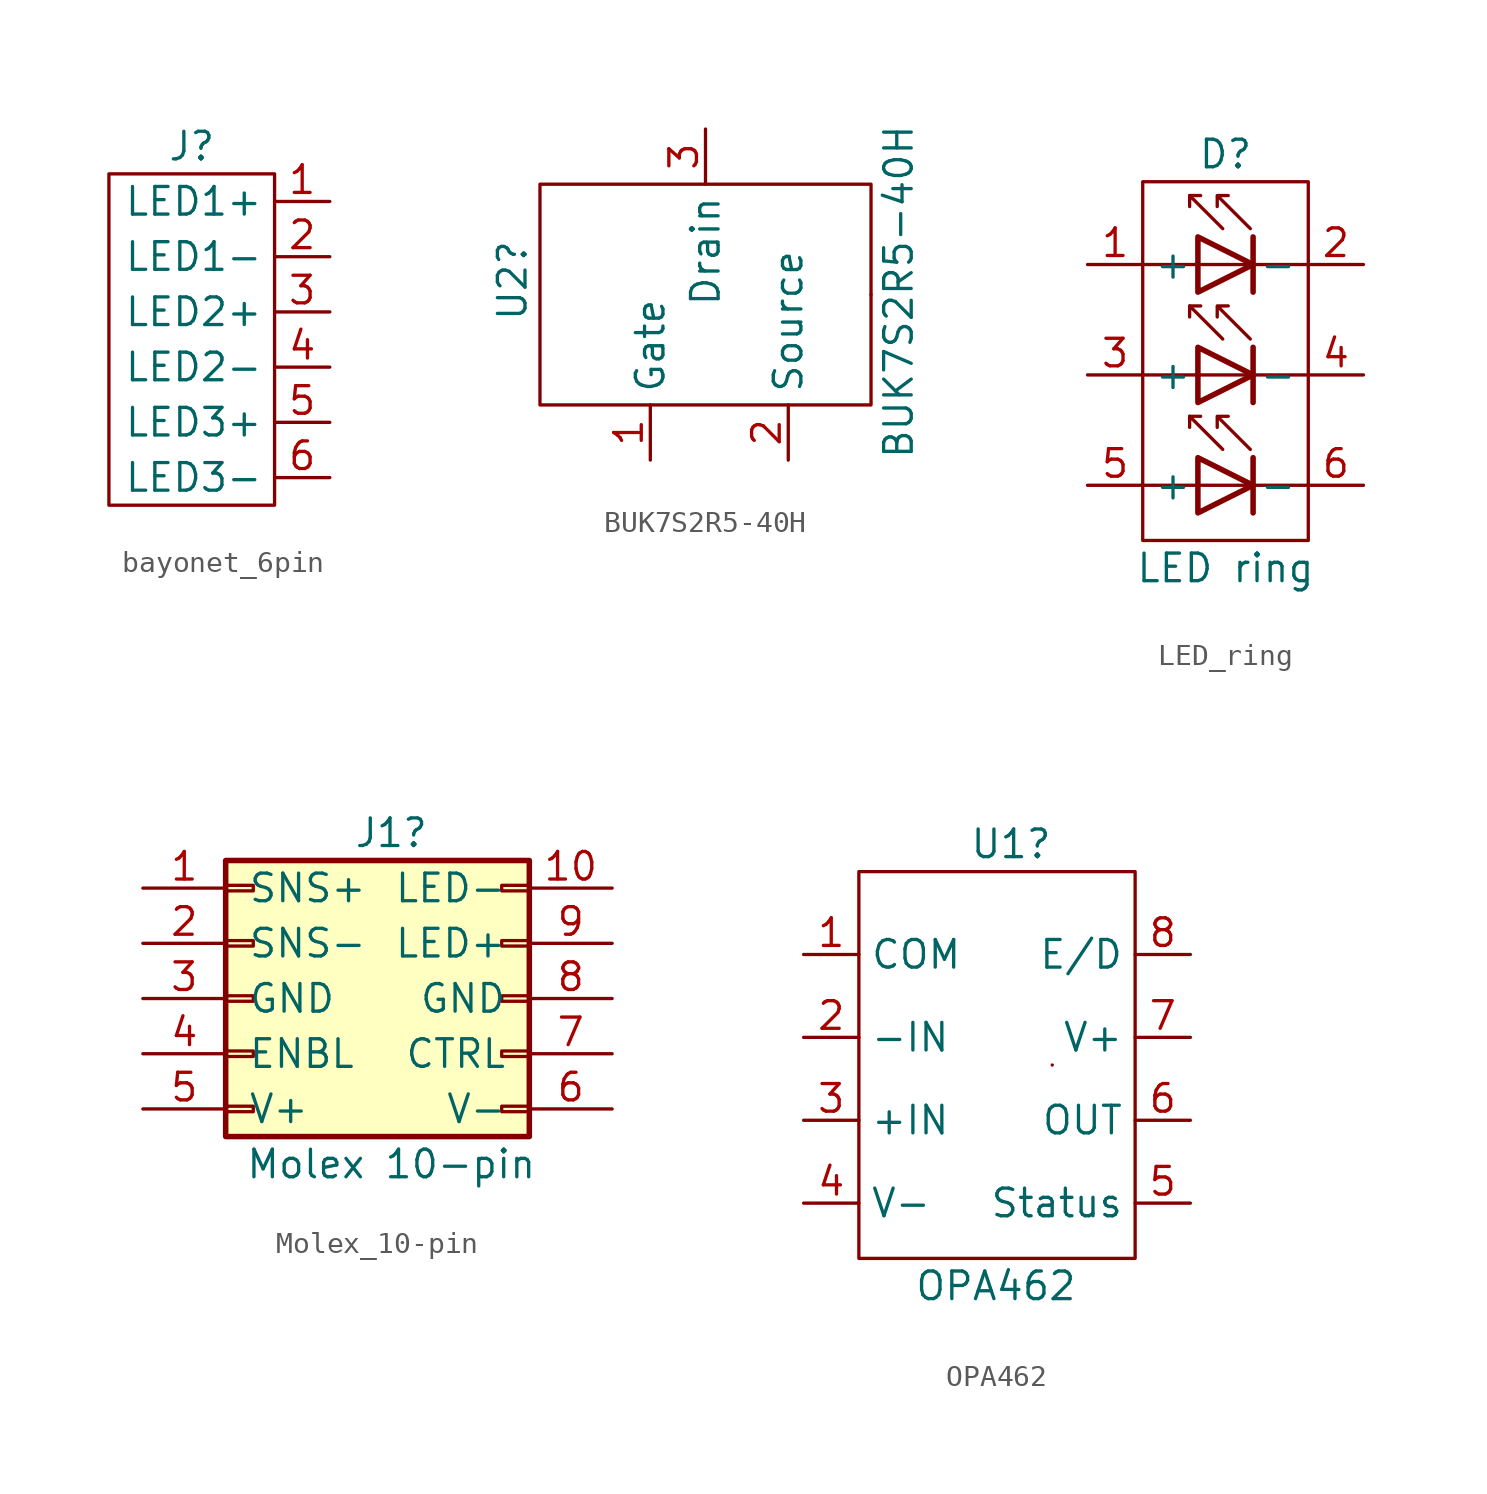
<source format=kicad_sym>
(kicad_symbol_lib
  (version 20220914)
  (generator kicad_symbol_editor)
  (symbol "bayonet_6pin"
    (property "Reference" "J"
      (at 0 8.89 0)
      (effects (font (size 1.27 1.27))))
    (property "Value" ""
      (at 1.27 8.89 0)
      (effects (font (size 1.27 1.27))))
    (symbol "bayonet_6pin_0_1"
      (rectangle (start -3.81 7.62) (end 3.81 -7.62) (stroke (width 0) (type default)) (fill (type none))))
    (symbol "bayonet_6pin_1_1"
      (pin passive line (at 6.35 6.35 180) (length 2.54) (name "LED1+" (effects (font (size 1.27 1.27)))) (number "1" (effects (font (size 1.27 1.27)))))
      (pin passive line (at 6.35 3.81 180) (length 2.54) (name "LED1-" (effects (font (size 1.27 1.27)))) (number "2" (effects (font (size 1.27 1.27)))))
      (pin passive line (at 6.35 1.27 180) (length 2.54) (name "LED2+" (effects (font (size 1.27 1.27)))) (number "3" (effects (font (size 1.27 1.27)))))
      (pin passive line (at 6.35 -1.27 180) (length 2.54) (name "LED2-" (effects (font (size 1.27 1.27)))) (number "4" (effects (font (size 1.27 1.27)))))
      (pin passive line (at 6.35 -3.81 180) (length 2.54) (name "LED3+" (effects (font (size 1.27 1.27)))) (number "5" (effects (font (size 1.27 1.27)))))
      (pin passive line (at 6.35 -6.35 180) (length 2.54) (name "LED3-" (effects (font (size 1.27 1.27)))) (number "6" (effects (font (size 1.27 1.27)))))))
  (symbol "BUK7S2R5-40H"
    (property "Reference" "U2"
      (at -8.89 -16.51 90)
      (effects (font (size 1.27 1.27)) (justify left)))
    (property "Value" "BUK7S2R5-40H"
      (at 8.89 -22.86 90)
      (effects (font (size 1.27 1.27)) (justify left)))
    (symbol "BUK7S2R5-40H_0_1"
      (rectangle (start 7.62 -20.32) (end -7.62 -10.16) (stroke (width 0) (type default)) (fill (type none)))
      (rectangle (start 7.62 -15.24) (end 7.62 -15.24) (stroke (width 0) (type default)) (fill (type none))))
    (symbol "BUK7S2R5-40H_1_1"
      (pin input line (at -2.54 -22.86 90) (length 2.54) (name "Gate" (effects (font (size 1.27 1.27)))) (number "1" (effects (font (size 1.27 1.27)))))
      (pin input line (at 3.81 -22.86 90) (length 2.54) (name "Source" (effects (font (size 1.27 1.27)))) (number "2" (effects (font (size 1.27 1.27)))))
      (pin input line (at 0 -7.62 270) (length 2.54) (name "Drain" (effects (font (size 1.27 1.27)))) (number "3" (effects (font (size 1.27 1.27)))))))
  (symbol "LED_ring"
    (property "Reference" "D"
      (at 0 10.16 0)
      (effects (font (size 1.27 1.27))))
    (property "Value" "LED ring"
      (at 0 -8.89 0)
      (effects (font (size 1.27 1.27))))
    (symbol "LED_ring_0_1"
      (rectangle (start -3.81 8.89) (end 3.81 -7.62) (stroke (width 0) (type default)) (fill (type none)))
      (polyline (pts (xy -3.81 -5.08) (xy -1.27 -5.08)) (stroke (width 0) (type default)) (fill (type none)))
      (polyline (pts (xy -3.81 0) (xy -1.27 0)) (stroke (width 0) (type default)) (fill (type none)))
      (polyline (pts (xy -3.81 5.08) (xy -1.27 5.08)) (stroke (width 0) (type default)) (fill (type none)))
      (polyline (pts (xy -1.651 -1.905) (xy -1.143 -1.905)) (stroke (width 0) (type default)) (fill (type none)))
      (polyline (pts (xy -1.651 3.175) (xy -1.143 3.175)) (stroke (width 0) (type default)) (fill (type none)))
      (polyline (pts (xy -1.651 8.255) (xy -1.143 8.255)) (stroke (width 0) (type default)) (fill (type none)))
      (polyline (pts (xy -1.27 -5.08) (xy 1.27 -5.08)) (stroke (width 0) (type default)) (fill (type none)))
      (polyline (pts (xy -1.27 0) (xy 1.27 0)) (stroke (width 0) (type default)) (fill (type none)))
      (polyline (pts (xy -1.27 5.08) (xy 1.27 5.08)) (stroke (width 0) (type default)) (fill (type none)))
      (polyline (pts (xy 1.27 -5.08) (xy 3.81 -5.08)) (stroke (width 0) (type default)) (fill (type none)))
      (polyline (pts (xy 1.27 -3.81) (xy 1.27 -6.35)) (stroke (width 0.254) (type default)) (fill (type none)))
      (polyline (pts (xy 1.27 0) (xy 3.81 0)) (stroke (width 0) (type default)) (fill (type none)))
      (polyline (pts (xy 1.27 1.27) (xy 1.27 -1.27)) (stroke (width 0.254) (type default)) (fill (type none)))
      (polyline (pts (xy 1.27 5.08) (xy 3.81 5.08)) (stroke (width 0) (type default)) (fill (type none)))
      (polyline (pts (xy 1.27 6.35) (xy 1.27 3.81)) (stroke (width 0.254) (type default)) (fill (type none)))
      (polyline (pts (xy -0.127 -3.429) (xy -1.651 -1.905) (xy -1.651 -2.413)) (stroke (width 0) (type default)) (fill (type none)))
      (polyline (pts (xy -0.127 1.651) (xy -1.651 3.175) (xy -1.651 2.667)) (stroke (width 0) (type default)) (fill (type none)))
      (polyline (pts (xy -0.127 6.731) (xy -1.651 8.255) (xy -1.651 7.747)) (stroke (width 0) (type default)) (fill (type none)))
      (polyline (pts (xy -1.27 -6.35) (xy 1.27 -5.08) (xy -1.27 -3.81) (xy -1.27 -6.35)) (stroke (width 0.254) (type default)) (fill (type none)))
      (polyline (pts (xy -1.27 -1.27) (xy 1.27 0) (xy -1.27 1.27) (xy -1.27 -1.27)) (stroke (width 0.254) (type default)) (fill (type none)))
      (polyline (pts (xy -1.27 3.81) (xy 1.27 5.08) (xy -1.27 6.35) (xy -1.27 3.81)) (stroke (width 0.254) (type default)) (fill (type none)))
      (polyline (pts (xy 1.143 -3.429) (xy -0.381 -1.905) (xy -0.381 -2.413) (xy -0.381 -1.905) (xy 0.127 -1.905)) (stroke (width 0) (type default)) (fill (type none)))
      (polyline (pts (xy 1.143 1.651) (xy -0.381 3.175) (xy -0.381 2.667) (xy -0.381 3.175) (xy 0.127 3.175)) (stroke (width 0) (type default)) (fill (type none)))
      (polyline (pts (xy 1.143 6.731) (xy -0.381 8.255) (xy -0.381 7.747) (xy -0.381 8.255) (xy 0.127 8.255)) (stroke (width 0) (type default)) (fill (type none))))
    (symbol "LED_ring_1_1"
      (pin passive line (at -6.35 5.08 0) (length 2.54) (name "+" (effects (font (size 1.27 1.27)))) (number "1" (effects (font (size 1.27 1.27)))))
      (pin passive line (at 6.35 5.08 180) (length 2.54) (name "-" (effects (font (size 1.27 1.27)))) (number "2" (effects (font (size 1.27 1.27)))))
      (pin passive line (at -6.35 0 0) (length 2.54) (name "+" (effects (font (size 1.27 1.27)))) (number "3" (effects (font (size 1.27 1.27)))))
      (pin passive line (at 6.35 0 180) (length 2.54) (name "-" (effects (font (size 1.27 1.27)))) (number "4" (effects (font (size 1.27 1.27)))))
      (pin passive line (at -6.35 -5.08 0) (length 2.54) (name "+" (effects (font (size 1.27 1.27)))) (number "5" (effects (font (size 1.27 1.27)))))
      (pin passive line (at 6.35 -5.08 180) (length 2.54) (name "-" (effects (font (size 1.27 1.27)))) (number "6" (effects (font (size 1.27 1.27)))))))
  (symbol "Molex_10-pin"
    (pin_names
      (offset 1.016))
    (property "Reference" "J1"
      (at 6.35 7.62 0)
      (effects (font (size 1.27 1.27))))
    (property "Value" "Molex 10-pin"
      (at 6.35 -7.62 0)
      (effects (font (size 1.27 1.27))))
    (symbol "Molex_10-pin_1_1"
      (rectangle (start -1.27 -4.953) (end 0 -5.207) (stroke (width 0.152) (type default)) (fill (type none)))
      (rectangle (start -1.27 -2.413) (end 0 -2.667) (stroke (width 0.152) (type default)) (fill (type none)))
      (rectangle (start -1.27 0.127) (end 0 -0.127) (stroke (width 0.152) (type default)) (fill (type none)))
      (rectangle (start -1.27 2.667) (end 0 2.413) (stroke (width 0.152) (type default)) (fill (type none)))
      (rectangle (start -1.27 5.207) (end 0 4.953) (stroke (width 0.152) (type default)) (fill (type none)))
      (rectangle (start -1.27 6.35) (end 12.7 -6.35) (stroke (width 0.254) (type default)) (fill (type background)))
      (rectangle (start 11.43 5.207) (end 12.7 4.953) (stroke (width 0.152) (type default)) (fill (type none)))
      (rectangle (start 12.7 -4.953) (end 11.43 -5.207) (stroke (width 0.152) (type default)) (fill (type none)))
      (rectangle (start 12.7 -2.413) (end 11.43 -2.667) (stroke (width 0.152) (type default)) (fill (type none)))
      (rectangle (start 12.7 0.127) (end 11.43 -0.127) (stroke (width 0.152) (type default)) (fill (type none)))
      (rectangle (start 12.7 2.667) (end 11.43 2.413) (stroke (width 0.152) (type default)) (fill (type none)))
      (pin passive line (at -5.08 5.08 0) (length 3.81) (name "SNS+" (effects (font (size 1.27 1.27)))) (number "1" (effects (font (size 1.27 1.27)))))
      (pin passive line (at 16.51 5.08 180) (length 3.81) (name "LED-" (effects (font (size 1.27 1.27)))) (number "10" (effects (font (size 1.27 1.27)))))
      (pin passive line (at -5.08 2.54 0) (length 3.81) (name "SNS-" (effects (font (size 1.27 1.27)))) (number "2" (effects (font (size 1.27 1.27)))))
      (pin passive line (at -5.08 0 0) (length 3.81) (name "GND" (effects (font (size 1.27 1.27)))) (number "3" (effects (font (size 1.27 1.27)))))
      (pin passive line (at -5.08 -2.54 0) (length 3.81) (name "ENBL" (effects (font (size 1.27 1.27)))) (number "4" (effects (font (size 1.27 1.27)))))
      (pin passive line (at -5.08 -5.08 0) (length 3.81) (name "V+" (effects (font (size 1.27 1.27)))) (number "5" (effects (font (size 1.27 1.27)))))
      (pin passive line (at 16.51 -5.08 180) (length 3.81) (name "V-" (effects (font (size 1.27 1.27)))) (number "6" (effects (font (size 1.27 1.27)))))
      (pin passive line (at 16.51 -2.54 180) (length 3.81) (name "CTRL" (effects (font (size 1.27 1.27)))) (number "7" (effects (font (size 1.27 1.27)))))
      (pin passive line (at 16.51 0 180) (length 3.81) (name "GND" (effects (font (size 1.27 1.27)))) (number "8" (effects (font (size 1.27 1.27)))))
      (pin passive line (at 16.51 2.54 180) (length 3.81) (name "LED+" (effects (font (size 1.27 1.27)))) (number "9" (effects (font (size 1.27 1.27)))))))
  (symbol "OPA462"
    (property "Reference" "U1"
      (at -1.27 10.16 0)
      (effects (font (size 1.27 1.27)) (justify left)))
    (property "Value" "OPA462"
      (at -3.81 -10.16 0)
      (effects (font (size 1.27 1.27)) (justify left)))
    (symbol "OPA462_0_1"
      (rectangle (start -6.35 8.89) (end 6.35 -8.89) (stroke (width 0) (type default)) (fill (type none)))
      (rectangle (start 2.54 0) (end 2.54 0) (stroke (width 0) (type default)) (fill (type none))))
    (symbol "OPA462_1_1"
      (pin input line (at -8.89 5.08 0) (length 2.54) (name "COM" (effects (font (size 1.27 1.27)))) (number "1" (effects (font (size 1.27 1.27)))))
      (pin input line (at -8.89 1.27 0) (length 2.54) (name "-IN" (effects (font (size 1.27 1.27)))) (number "2" (effects (font (size 1.27 1.27)))))
      (pin input line (at -8.89 -2.54 0) (length 2.54) (name "+IN" (effects (font (size 1.27 1.27)))) (number "3" (effects (font (size 1.27 1.27)))))
      (pin input line (at -8.89 -6.35 0) (length 2.54) (name "V-" (effects (font (size 1.27 1.27)))) (number "4" (effects (font (size 1.27 1.27)))))
      (pin output line (at 8.89 -6.35 180) (length 2.54) (name "Status" (effects (font (size 1.27 1.27)))) (number "5" (effects (font (size 1.27 1.27)))))
      (pin output line (at 8.89 -2.54 180) (length 2.54) (name "OUT" (effects (font (size 1.27 1.27)))) (number "6" (effects (font (size 1.27 1.27)))))
      (pin input line (at 8.89 1.27 180) (length 2.54) (name "V+" (effects (font (size 1.27 1.27)))) (number "7" (effects (font (size 1.27 1.27)))))
      (pin input line (at 8.89 5.08 180) (length 2.54) (name "E/D" (effects (font (size 1.27 1.27)))) (number "8" (effects (font (size 1.27 1.27))))))))
</source>
